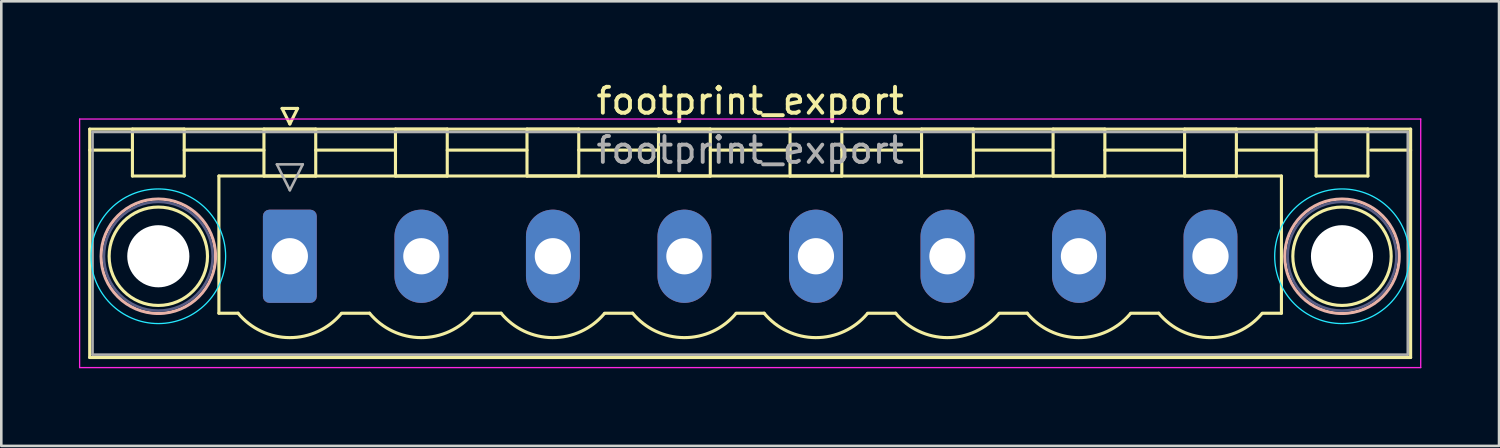
<source format=kicad_pcb>
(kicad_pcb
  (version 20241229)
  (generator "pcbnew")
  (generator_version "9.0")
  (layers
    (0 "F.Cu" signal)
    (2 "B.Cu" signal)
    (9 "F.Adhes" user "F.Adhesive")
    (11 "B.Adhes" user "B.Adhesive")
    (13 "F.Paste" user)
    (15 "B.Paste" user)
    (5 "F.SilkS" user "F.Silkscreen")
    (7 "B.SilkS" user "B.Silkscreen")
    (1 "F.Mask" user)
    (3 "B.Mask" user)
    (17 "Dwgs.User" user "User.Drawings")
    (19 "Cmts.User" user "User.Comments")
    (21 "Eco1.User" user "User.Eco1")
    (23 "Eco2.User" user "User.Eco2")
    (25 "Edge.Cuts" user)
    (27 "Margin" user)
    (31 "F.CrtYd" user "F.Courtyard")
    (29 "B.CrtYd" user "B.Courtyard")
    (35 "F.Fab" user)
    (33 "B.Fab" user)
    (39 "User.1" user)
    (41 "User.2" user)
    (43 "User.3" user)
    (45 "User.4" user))
  (footprint "footprint_export"
    (layer "F.Cu")
    (at 8.145 6.848)
    (property "Reference" "footprint_export" (at 17.78 -6 0) (layer "F.SilkS") (effects (font (size 1 1) (thickness 0.15))))
    (attr through_hole)
    (fp_line (start -7.73 -4.91) (end -7.73 3.91) (stroke (width 0.12) (type solid)) (layer "F.SilkS"))
    (fp_line (start -7.73 -4.1) (end -6.19 -4.1) (stroke (width 0.12) (type solid)) (layer "F.SilkS"))
    (fp_line (start -7.73 3.91) (end 43.29 3.91) (stroke (width 0.12) (type solid)) (layer "F.SilkS"))
    (fp_line (start -6.08 -4.91) (end -4.08 -4.91) (stroke (width 0.12) (type solid)) (layer "F.SilkS"))
    (fp_line (start -6.08 -3.1) (end -6.08 -4.91) (stroke (width 0.12) (type solid)) (layer "F.SilkS"))
    (fp_line (start -4.08 -4.91) (end -4.08 -3.1) (stroke (width 0.12) (type solid)) (layer "F.SilkS"))
    (fp_line (start -4.08 -4.1) (end -1 -4.1) (stroke (width 0.12) (type solid)) (layer "F.SilkS"))
    (fp_line (start -4.08 -3.1) (end -6.08 -3.1) (stroke (width 0.12) (type solid)) (layer "F.SilkS"))
    (fp_line (start -2.74 -3.1) (end 38.3 -3.1) (stroke (width 0.12) (type solid)) (layer "F.SilkS"))
    (fp_line (start -2.74 2.2) (end -2.74 -3.1) (stroke (width 0.12) (type solid)) (layer "F.SilkS"))
    (fp_line (start -2 2.2) (end -2.74 2.2) (stroke (width 0.12) (type solid)) (layer "F.SilkS"))
    (fp_line (start -1 -4.91) (end 1 -4.91) (stroke (width 0.12) (type solid)) (layer "F.SilkS"))
    (fp_line (start -1 -3.1) (end -1 -4.91) (stroke (width 0.12) (type solid)) (layer "F.SilkS"))
    (fp_line (start -0.3 -5.71) (end 0.3 -5.71) (stroke (width 0.12) (type solid)) (layer "F.SilkS"))
    (fp_line (start 0 -5.11) (end -0.3 -5.71) (stroke (width 0.12) (type solid)) (layer "F.SilkS"))
    (fp_line (start 0.3 -5.71) (end 0 -5.11) (stroke (width 0.12) (type solid)) (layer "F.SilkS"))
    (fp_line (start 1 -4.91) (end 1 -3.1) (stroke (width 0.12) (type solid)) (layer "F.SilkS"))
    (fp_line (start 1 -4.1) (end 4.08 -4.1) (stroke (width 0.12) (type solid)) (layer "F.SilkS"))
    (fp_line (start 1 -3.1) (end -1 -3.1) (stroke (width 0.12) (type solid)) (layer "F.SilkS"))
    (fp_line (start 2 2.2) (end 3.08 2.2) (stroke (width 0.12) (type solid)) (layer "F.SilkS"))
    (fp_line (start 4.08 -4.91) (end 6.08 -4.91) (stroke (width 0.12) (type solid)) (layer "F.SilkS"))
    (fp_line (start 4.08 -3.1) (end 4.08 -4.91) (stroke (width 0.12) (type solid)) (layer "F.SilkS"))
    (fp_line (start 6.08 -4.91) (end 6.08 -3.1) (stroke (width 0.12) (type solid)) (layer "F.SilkS"))
    (fp_line (start 6.08 -4.1) (end 9.16 -4.1) (stroke (width 0.12) (type solid)) (layer "F.SilkS"))
    (fp_line (start 6.08 -3.1) (end 4.08 -3.1) (stroke (width 0.12) (type solid)) (layer "F.SilkS"))
    (fp_line (start 7.08 2.2) (end 8.16 2.2) (stroke (width 0.12) (type solid)) (layer "F.SilkS"))
    (fp_line (start 9.16 -4.91) (end 11.16 -4.91) (stroke (width 0.12) (type solid)) (layer "F.SilkS"))
    (fp_line (start 9.16 -3.1) (end 9.16 -4.91) (stroke (width 0.12) (type solid)) (layer "F.SilkS"))
    (fp_line (start 11.16 -4.91) (end 11.16 -3.1) (stroke (width 0.12) (type solid)) (layer "F.SilkS"))
    (fp_line (start 11.16 -4.1) (end 14.24 -4.1) (stroke (width 0.12) (type solid)) (layer "F.SilkS"))
    (fp_line (start 11.16 -3.1) (end 9.16 -3.1) (stroke (width 0.12) (type solid)) (layer "F.SilkS"))
    (fp_line (start 12.16 2.2) (end 13.24 2.2) (stroke (width 0.12) (type solid)) (layer "F.SilkS"))
    (fp_line (start 14.24 -4.91) (end 16.24 -4.91) (stroke (width 0.12) (type solid)) (layer "F.SilkS"))
    (fp_line (start 14.24 -3.1) (end 14.24 -4.91) (stroke (width 0.12) (type solid)) (layer "F.SilkS"))
    (fp_line (start 16.24 -4.91) (end 16.24 -3.1) (stroke (width 0.12) (type solid)) (layer "F.SilkS"))
    (fp_line (start 16.24 -4.1) (end 19.32 -4.1) (stroke (width 0.12) (type solid)) (layer "F.SilkS"))
    (fp_line (start 16.24 -3.1) (end 14.24 -3.1) (stroke (width 0.12) (type solid)) (layer "F.SilkS"))
    (fp_line (start 17.24 2.2) (end 18.32 2.2) (stroke (width 0.12) (type solid)) (layer "F.SilkS"))
    (fp_line (start 19.32 -4.91) (end 21.32 -4.91) (stroke (width 0.12) (type solid)) (layer "F.SilkS"))
    (fp_line (start 19.32 -3.1) (end 19.32 -4.91) (stroke (width 0.12) (type solid)) (layer "F.SilkS"))
    (fp_line (start 21.32 -4.91) (end 21.32 -3.1) (stroke (width 0.12) (type solid)) (layer "F.SilkS"))
    (fp_line (start 21.32 -4.1) (end 24.4 -4.1) (stroke (width 0.12) (type solid)) (layer "F.SilkS"))
    (fp_line (start 21.32 -3.1) (end 19.32 -3.1) (stroke (width 0.12) (type solid)) (layer "F.SilkS"))
    (fp_line (start 22.32 2.2) (end 23.4 2.2) (stroke (width 0.12) (type solid)) (layer "F.SilkS"))
    (fp_line (start 24.4 -4.91) (end 26.4 -4.91) (stroke (width 0.12) (type solid)) (layer "F.SilkS"))
    (fp_line (start 24.4 -3.1) (end 24.4 -4.91) (stroke (width 0.12) (type solid)) (layer "F.SilkS"))
    (fp_line (start 26.4 -4.91) (end 26.4 -3.1) (stroke (width 0.12) (type solid)) (layer "F.SilkS"))
    (fp_line (start 26.4 -4.1) (end 29.48 -4.1) (stroke (width 0.12) (type solid)) (layer "F.SilkS"))
    (fp_line (start 26.4 -3.1) (end 24.4 -3.1) (stroke (width 0.12) (type solid)) (layer "F.SilkS"))
    (fp_line (start 27.4 2.2) (end 28.48 2.2) (stroke (width 0.12) (type solid)) (layer "F.SilkS"))
    (fp_line (start 29.48 -4.91) (end 31.48 -4.91) (stroke (width 0.12) (type solid)) (layer "F.SilkS"))
    (fp_line (start 29.48 -3.1) (end 29.48 -4.91) (stroke (width 0.12) (type solid)) (layer "F.SilkS"))
    (fp_line (start 31.48 -4.91) (end 31.48 -3.1) (stroke (width 0.12) (type solid)) (layer "F.SilkS"))
    (fp_line (start 31.48 -4.1) (end 34.56 -4.1) (stroke (width 0.12) (type solid)) (layer "F.SilkS"))
    (fp_line (start 31.48 -3.1) (end 29.48 -3.1) (stroke (width 0.12) (type solid)) (layer "F.SilkS"))
    (fp_line (start 32.48 2.2) (end 33.56 2.2) (stroke (width 0.12) (type solid)) (layer "F.SilkS"))
    (fp_line (start 34.56 -4.91) (end 36.56 -4.91) (stroke (width 0.12) (type solid)) (layer "F.SilkS"))
    (fp_line (start 34.56 -3.1) (end 34.56 -4.91) (stroke (width 0.12) (type solid)) (layer "F.SilkS"))
    (fp_line (start 36.56 -4.91) (end 36.56 -3.1) (stroke (width 0.12) (type solid)) (layer "F.SilkS"))
    (fp_line (start 36.56 -4.1) (end 39.64 -4.1) (stroke (width 0.12) (type solid)) (layer "F.SilkS"))
    (fp_line (start 36.56 -3.1) (end 34.56 -3.1) (stroke (width 0.12) (type solid)) (layer "F.SilkS"))
    (fp_line (start 38.3 -3.1) (end 38.3 2.2) (stroke (width 0.12) (type solid)) (layer "F.SilkS"))
    (fp_line (start 38.3 2.2) (end 37.56 2.2) (stroke (width 0.12) (type solid)) (layer "F.SilkS"))
    (fp_line (start 39.64 -4.91) (end 41.64 -4.91) (stroke (width 0.12) (type solid)) (layer "F.SilkS"))
    (fp_line (start 39.64 -3.1) (end 39.64 -4.91) (stroke (width 0.12) (type solid)) (layer "F.SilkS"))
    (fp_line (start 41.64 -4.91) (end 41.64 -3.1) (stroke (width 0.12) (type solid)) (layer "F.SilkS"))
    (fp_line (start 41.64 -3.1) (end 39.64 -3.1) (stroke (width 0.12) (type solid)) (layer "F.SilkS"))
    (fp_line (start 43.29 -4.91) (end -7.73 -4.91) (stroke (width 0.12) (type solid)) (layer "F.SilkS"))
    (fp_line (start 43.29 -4.1) (end 41.75 -4.1) (stroke (width 0.12) (type solid)) (layer "F.SilkS"))
    (fp_line (start 43.29 3.91) (end 43.29 -4.91) (stroke (width 0.12) (type solid)) (layer "F.SilkS"))
    (fp_arc (start 1.986842 2.215821) (mid -0.010289 3.142758) (end -2 2.2) (stroke (width 0.12) (type solid)) (layer "F.SilkS"))
    (fp_arc (start 7.066842 2.215821) (mid 5.069711 3.142758) (end 3.08 2.2) (stroke (width 0.12) (type solid)) (layer "F.SilkS"))
    (fp_arc (start 12.146842 2.215821) (mid 10.149711 3.142758) (end 8.16 2.2) (stroke (width 0.12) (type solid)) (layer "F.SilkS"))
    (fp_arc (start 17.226842 2.215821) (mid 15.229711 3.142758) (end 13.24 2.2) (stroke (width 0.12) (type solid)) (layer "F.SilkS"))
    (fp_arc (start 22.306842 2.215821) (mid 20.309711 3.142758) (end 18.32 2.2) (stroke (width 0.12) (type solid)) (layer "F.SilkS"))
    (fp_arc (start 27.386842 2.215821) (mid 25.389711 3.142758) (end 23.4 2.2) (stroke (width 0.12) (type solid)) (layer "F.SilkS"))
    (fp_arc (start 32.466842 2.215821) (mid 30.469711 3.142758) (end 28.48 2.2) (stroke (width 0.12) (type solid)) (layer "F.SilkS"))
    (fp_arc (start 37.546842 2.215821) (mid 35.549711 3.142758) (end 33.56 2.2) (stroke (width 0.12) (type solid)) (layer "F.SilkS"))
    (fp_circle (center -5.08 0) (end -3.18 0) (stroke (width 0.12) (type solid)) (fill no) (layer "F.SilkS"))
    (fp_circle (center 40.64 0) (end 42.54 0) (stroke (width 0.12) (type solid)) (fill no) (layer "F.SilkS"))
    (fp_circle (center -5.08 0) (end -2.87 0) (stroke (width 0.12) (type solid)) (fill no) (layer "B.SilkS"))
    (fp_circle (center 40.64 0) (end 42.85 0) (stroke (width 0.12) (type solid)) (fill no) (layer "B.SilkS"))
    (fp_circle (center -5.08 0) (end -2.48 0) (stroke (width 0.05) (type solid)) (fill no) (layer "B.CrtYd"))
    (fp_circle (center 40.64 0) (end 43.24 0) (stroke (width 0.05) (type solid)) (fill no) (layer "B.CrtYd"))
    (fp_line (start -8.12 -5.3) (end -8.12 4.3) (stroke (width 0.05) (type solid)) (layer "F.CrtYd"))
    (fp_line (start -8.12 4.3) (end 43.68 4.3) (stroke (width 0.05) (type solid)) (layer "F.CrtYd"))
    (fp_line (start 43.68 -5.3) (end -8.12 -5.3) (stroke (width 0.05) (type solid)) (layer "F.CrtYd"))
    (fp_line (start 43.68 4.3) (end 43.68 -5.3) (stroke (width 0.05) (type solid)) (layer "F.CrtYd"))
    (fp_circle (center -5.08 0) (end -2.98 0) (stroke (width 0.1) (type solid)) (fill no) (layer "B.Fab"))
    (fp_circle (center 40.64 0) (end 42.74 0) (stroke (width 0.1) (type solid)) (fill no) (layer "B.Fab"))
    (fp_line (start -7.62 -4.8) (end -7.62 3.8) (stroke (width 0.1) (type solid)) (layer "F.Fab"))
    (fp_line (start -7.62 3.8) (end 43.18 3.8) (stroke (width 0.1) (type solid)) (layer "F.Fab"))
    (fp_line (start -0.5 -3.55) (end 0.5 -3.55) (stroke (width 0.1) (type solid)) (layer "F.Fab"))
    (fp_line (start 0 -2.55) (end -0.5 -3.55) (stroke (width 0.1) (type solid)) (layer "F.Fab"))
    (fp_line (start 0.5 -3.55) (end 0 -2.55) (stroke (width 0.1) (type solid)) (layer "F.Fab"))
    (fp_line (start 43.18 -4.8) (end -7.62 -4.8) (stroke (width 0.1) (type solid)) (layer "F.Fab"))
    (fp_line (start 43.18 3.8) (end 43.18 -4.8) (stroke (width 0.1) (type solid)) (layer "F.Fab"))
    (fp_text user "${REFERENCE}" (at 17.78 -4.1 0) (layer "F.Fab") (effects (font (size 1 1) (thickness 0.15))))
    (pad "" np_thru_hole circle (at -5.08 0) (size 2.4 2.4) (drill 2.4) (layers "*.Cu" "*.Mask"))
    (pad "" np_thru_hole circle (at 40.64 0) (size 2.4 2.4) (drill 2.4) (layers "*.Cu" "*.Mask"))
    (pad "1" thru_hole roundrect (at 0 0) (size 2.08 3.6) (drill 1.4) (layers "*.Cu" "*.Mask") (roundrect_rratio 0.12))
    (pad "2" thru_hole oval (at 5.08 0) (size 2.08 3.6) (drill 1.4) (layers "*.Cu" "*.Mask"))
    (pad "3" thru_hole oval (at 10.16 0) (size 2.08 3.6) (drill 1.4) (layers "*.Cu" "*.Mask"))
    (pad "4" thru_hole oval (at 15.24 0) (size 2.08 3.6) (drill 1.4) (layers "*.Cu" "*.Mask"))
    (pad "5" thru_hole oval (at 20.32 0) (size 2.08 3.6) (drill 1.4) (layers "*.Cu" "*.Mask"))
    (pad "6" thru_hole oval (at 25.4 0) (size 2.08 3.6) (drill 1.4) (layers "*.Cu" "*.Mask"))
    (pad "7" thru_hole oval (at 30.48 0) (size 2.08 3.6) (drill 1.4) (layers "*.Cu" "*.Mask"))
    (pad "8" thru_hole oval (at 35.56 0) (size 2.08 3.6) (drill 1.4) (layers "*.Cu" "*.Mask")))
  (gr_rect
    (start -3 -3)
    (end 54.85 14.173)
    (stroke (width 0.1) (type default))
    (fill no)
    (layer "Edge.Cuts")))
</source>
